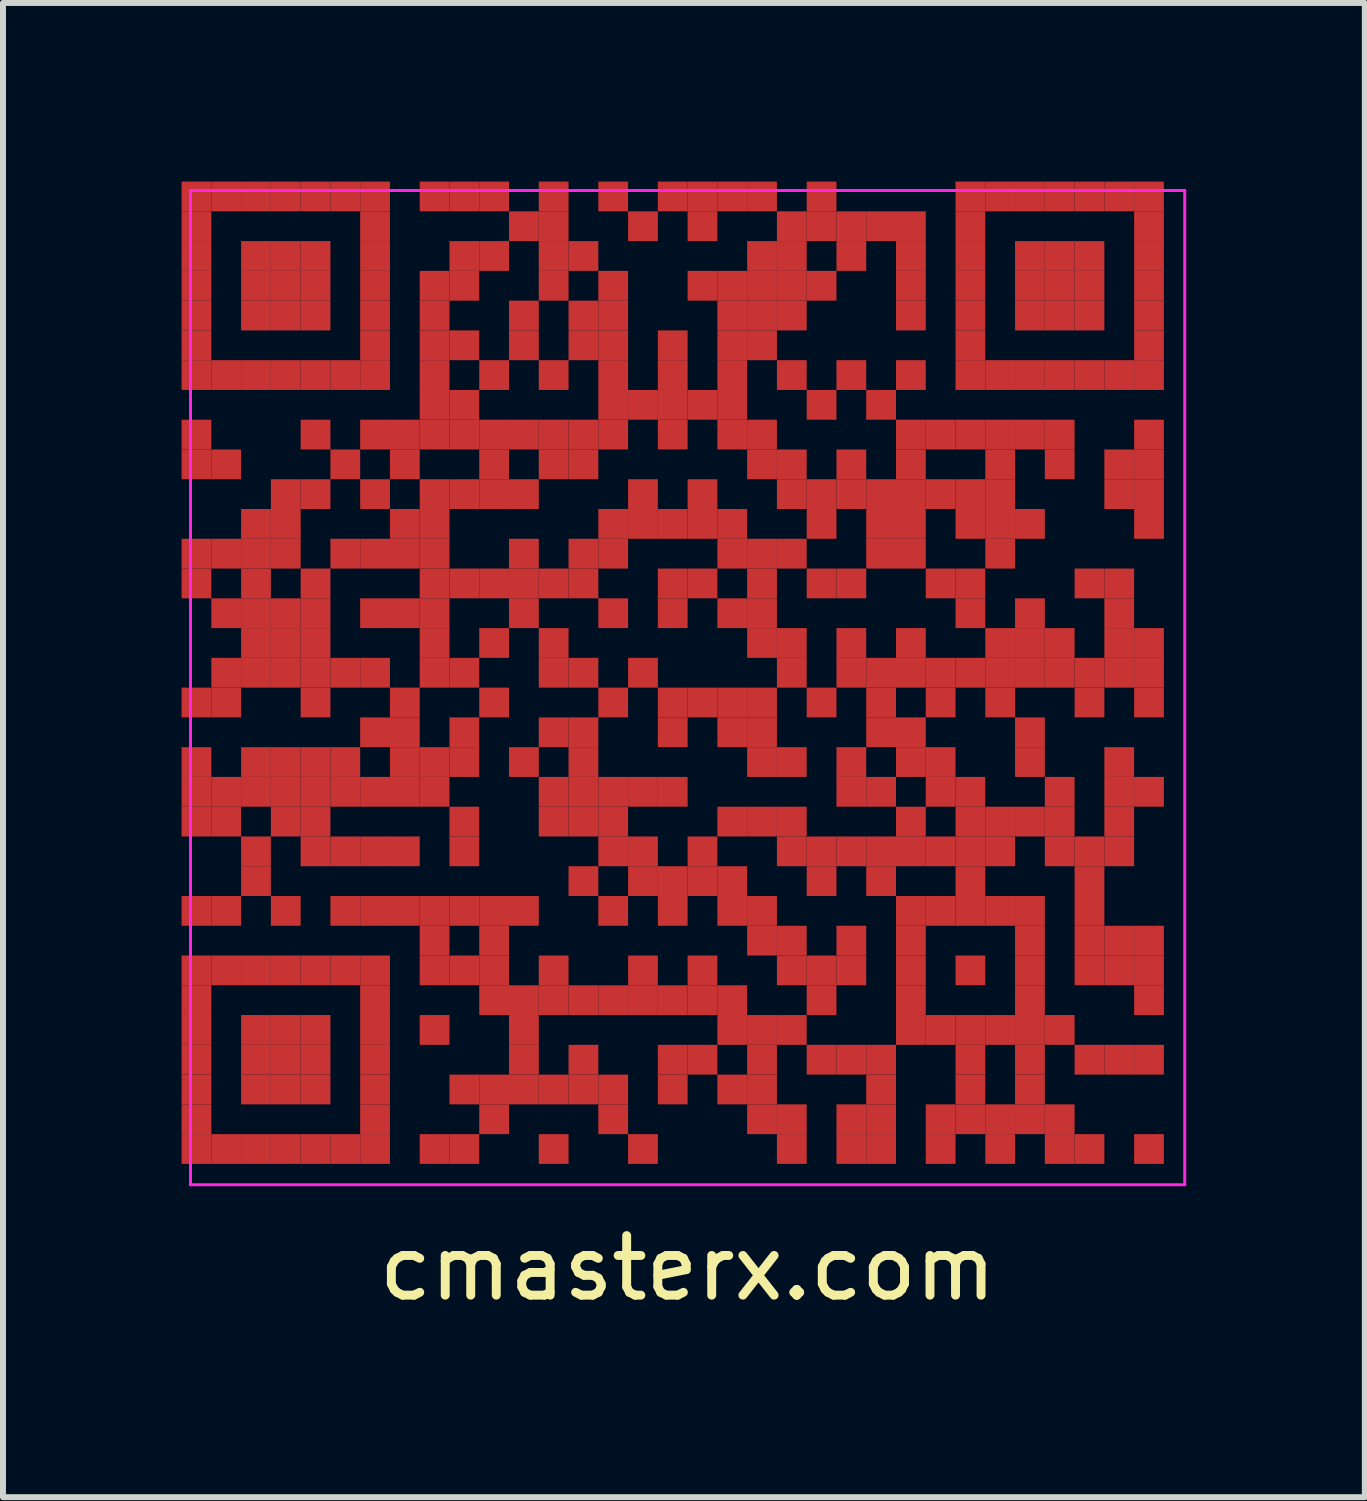
<source format=kicad_pcb>
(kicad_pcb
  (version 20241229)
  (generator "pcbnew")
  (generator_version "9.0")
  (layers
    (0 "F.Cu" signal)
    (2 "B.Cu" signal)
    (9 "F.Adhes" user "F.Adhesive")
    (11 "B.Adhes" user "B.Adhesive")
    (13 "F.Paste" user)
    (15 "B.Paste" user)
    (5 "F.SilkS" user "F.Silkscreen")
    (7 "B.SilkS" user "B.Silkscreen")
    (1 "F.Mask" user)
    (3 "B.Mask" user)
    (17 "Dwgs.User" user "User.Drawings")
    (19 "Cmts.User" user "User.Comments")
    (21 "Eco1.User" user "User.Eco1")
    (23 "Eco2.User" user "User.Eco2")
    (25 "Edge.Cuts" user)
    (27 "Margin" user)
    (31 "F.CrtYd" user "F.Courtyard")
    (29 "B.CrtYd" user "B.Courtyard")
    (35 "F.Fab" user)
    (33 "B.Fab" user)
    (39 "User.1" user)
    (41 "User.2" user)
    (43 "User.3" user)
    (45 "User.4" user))
  (footprint "cmasterx.com"
    (layer "F.Cu")
    (at 8.5 8.5)
    (property "Reference" "cmasterx.com" (at 0 9.75 0) (layer "F.SilkS") (effects (font (size 1 1) (thickness 0.15))))
    (attr through_hole)
    (fp_poly (pts (xy 8.3 8.3) (xy 8.3 -8.3) (xy -8.3 -8.3) (xy -8.3 8.3)) (stroke (width 0) (type solid)) (fill yes) (layer "F.Mask"))
    (fp_line (start -8.35 -8.35) (end 8.35 -8.35) (stroke (width 0.05) (type solid)) (layer "F.CrtYd"))
    (fp_line (start -8.35 8.35) (end -8.35 -8.35) (stroke (width 0.05) (type solid)) (layer "F.CrtYd"))
    (fp_line (start 8.35 -8.35) (end 8.35 8.35) (stroke (width 0.05) (type solid)) (layer "F.CrtYd"))
    (fp_line (start 8.35 8.35) (end -8.35 8.35) (stroke (width 0.05) (type solid)) (layer "F.CrtYd"))
    (pad "" smd rect (at -8.25 -8.25) (size 0.5 0.5) (layers "F.Cu"))
    (pad "" smd rect (at -8.25 -7.75) (size 0.5 0.5) (layers "F.Cu"))
    (pad "" smd rect (at -8.25 -7.25) (size 0.5 0.5) (layers "F.Cu"))
    (pad "" smd rect (at -8.25 -6.75) (size 0.5 0.5) (layers "F.Cu"))
    (pad "" smd rect (at -8.25 -6.25) (size 0.5 0.5) (layers "F.Cu"))
    (pad "" smd rect (at -8.25 -5.75) (size 0.5 0.5) (layers "F.Cu"))
    (pad "" smd rect (at -8.25 -5.25) (size 0.5 0.5) (layers "F.Cu"))
    (pad "" smd rect (at -8.25 -4.25) (size 0.5 0.5) (layers "F.Cu"))
    (pad "" smd rect (at -8.25 -3.75) (size 0.5 0.5) (layers "F.Cu"))
    (pad "" smd rect (at -8.25 -2.25) (size 0.5 0.5) (layers "F.Cu"))
    (pad "" smd rect (at -8.25 -1.75) (size 0.5 0.5) (layers "F.Cu"))
    (pad "" smd rect (at -8.25 0.25) (size 0.5 0.5) (layers "F.Cu"))
    (pad "" smd rect (at -8.25 1.25) (size 0.5 0.5) (layers "F.Cu"))
    (pad "" smd rect (at -8.25 1.75) (size 0.5 0.5) (layers "F.Cu"))
    (pad "" smd rect (at -8.25 2.25) (size 0.5 0.5) (layers "F.Cu"))
    (pad "" smd rect (at -8.25 3.75) (size 0.5 0.5) (layers "F.Cu"))
    (pad "" smd rect (at -8.25 4.75) (size 0.5 0.5) (layers "F.Cu"))
    (pad "" smd rect (at -8.25 5.25) (size 0.5 0.5) (layers "F.Cu"))
    (pad "" smd rect (at -8.25 5.75) (size 0.5 0.5) (layers "F.Cu"))
    (pad "" smd rect (at -8.25 6.25) (size 0.5 0.5) (layers "F.Cu"))
    (pad "" smd rect (at -8.25 6.75) (size 0.5 0.5) (layers "F.Cu"))
    (pad "" smd rect (at -8.25 7.25) (size 0.5 0.5) (layers "F.Cu"))
    (pad "" smd rect (at -8.25 7.75) (size 0.5 0.5) (layers "F.Cu"))
    (pad "" smd rect (at -7.75 -8.25) (size 0.5 0.5) (layers "F.Cu"))
    (pad "" smd rect (at -7.75 -5.25) (size 0.5 0.5) (layers "F.Cu"))
    (pad "" smd rect (at -7.75 -3.75) (size 0.5 0.5) (layers "F.Cu"))
    (pad "" smd rect (at -7.75 -2.25) (size 0.5 0.5) (layers "F.Cu"))
    (pad "" smd rect (at -7.75 -1.25) (size 0.5 0.5) (layers "F.Cu"))
    (pad "" smd rect (at -7.75 -0.25) (size 0.5 0.5) (layers "F.Cu"))
    (pad "" smd rect (at -7.75 0.25) (size 0.5 0.5) (layers "F.Cu"))
    (pad "" smd rect (at -7.75 1.75) (size 0.5 0.5) (layers "F.Cu"))
    (pad "" smd rect (at -7.75 2.25) (size 0.5 0.5) (layers "F.Cu"))
    (pad "" smd rect (at -7.75 3.75) (size 0.5 0.5) (layers "F.Cu"))
    (pad "" smd rect (at -7.75 4.75) (size 0.5 0.5) (layers "F.Cu"))
    (pad "" smd rect (at -7.75 7.75) (size 0.5 0.5) (layers "F.Cu"))
    (pad "" smd rect (at -7.25 -8.25) (size 0.5 0.5) (layers "F.Cu"))
    (pad "" smd rect (at -7.25 -7.25) (size 0.5 0.5) (layers "F.Cu"))
    (pad "" smd rect (at -7.25 -6.75) (size 0.5 0.5) (layers "F.Cu"))
    (pad "" smd rect (at -7.25 -6.25) (size 0.5 0.5) (layers "F.Cu"))
    (pad "" smd rect (at -7.25 -5.25) (size 0.5 0.5) (layers "F.Cu"))
    (pad "" smd rect (at -7.25 -2.75) (size 0.5 0.5) (layers "F.Cu"))
    (pad "" smd rect (at -7.25 -2.25) (size 0.5 0.5) (layers "F.Cu"))
    (pad "" smd rect (at -7.25 -1.75) (size 0.5 0.5) (layers "F.Cu"))
    (pad "" smd rect (at -7.25 -1.25) (size 0.5 0.5) (layers "F.Cu"))
    (pad "" smd rect (at -7.25 -0.75) (size 0.5 0.5) (layers "F.Cu"))
    (pad "" smd rect (at -7.25 -0.25) (size 0.5 0.5) (layers "F.Cu"))
    (pad "" smd rect (at -7.25 1.25) (size 0.5 0.5) (layers "F.Cu"))
    (pad "" smd rect (at -7.25 1.75) (size 0.5 0.5) (layers "F.Cu"))
    (pad "" smd rect (at -7.25 2.75) (size 0.5 0.5) (layers "F.Cu"))
    (pad "" smd rect (at -7.25 3.25) (size 0.5 0.5) (layers "F.Cu"))
    (pad "" smd rect (at -7.25 4.75) (size 0.5 0.5) (layers "F.Cu"))
    (pad "" smd rect (at -7.25 5.75) (size 0.5 0.5) (layers "F.Cu"))
    (pad "" smd rect (at -7.25 6.25) (size 0.5 0.5) (layers "F.Cu"))
    (pad "" smd rect (at -7.25 6.75) (size 0.5 0.5) (layers "F.Cu"))
    (pad "" smd rect (at -7.25 7.75) (size 0.5 0.5) (layers "F.Cu"))
    (pad "" smd rect (at -6.75 -8.25) (size 0.5 0.5) (layers "F.Cu"))
    (pad "" smd rect (at -6.75 -7.25) (size 0.5 0.5) (layers "F.Cu"))
    (pad "" smd rect (at -6.75 -6.75) (size 0.5 0.5) (layers "F.Cu"))
    (pad "" smd rect (at -6.75 -6.25) (size 0.5 0.5) (layers "F.Cu"))
    (pad "" smd rect (at -6.75 -5.25) (size 0.5 0.5) (layers "F.Cu"))
    (pad "" smd rect (at -6.75 -3.25) (size 0.5 0.5) (layers "F.Cu"))
    (pad "" smd rect (at -6.75 -2.75) (size 0.5 0.5) (layers "F.Cu"))
    (pad "" smd rect (at -6.75 -2.25) (size 0.5 0.5) (layers "F.Cu"))
    (pad "" smd rect (at -6.75 -1.25) (size 0.5 0.5) (layers "F.Cu"))
    (pad "" smd rect (at -6.75 -0.75) (size 0.5 0.5) (layers "F.Cu"))
    (pad "" smd rect (at -6.75 -0.25) (size 0.5 0.5) (layers "F.Cu"))
    (pad "" smd rect (at -6.75 1.25) (size 0.5 0.5) (layers "F.Cu"))
    (pad "" smd rect (at -6.75 1.75) (size 0.5 0.5) (layers "F.Cu"))
    (pad "" smd rect (at -6.75 2.25) (size 0.5 0.5) (layers "F.Cu"))
    (pad "" smd rect (at -6.75 3.75) (size 0.5 0.5) (layers "F.Cu"))
    (pad "" smd rect (at -6.75 4.75) (size 0.5 0.5) (layers "F.Cu"))
    (pad "" smd rect (at -6.75 5.75) (size 0.5 0.5) (layers "F.Cu"))
    (pad "" smd rect (at -6.75 6.25) (size 0.5 0.5) (layers "F.Cu"))
    (pad "" smd rect (at -6.75 6.75) (size 0.5 0.5) (layers "F.Cu"))
    (pad "" smd rect (at -6.75 7.75) (size 0.5 0.5) (layers "F.Cu"))
    (pad "" smd rect (at -6.25 -8.25) (size 0.5 0.5) (layers "F.Cu"))
    (pad "" smd rect (at -6.25 -7.25) (size 0.5 0.5) (layers "F.Cu"))
    (pad "" smd rect (at -6.25 -6.75) (size 0.5 0.5) (layers "F.Cu"))
    (pad "" smd rect (at -6.25 -6.25) (size 0.5 0.5) (layers "F.Cu"))
    (pad "" smd rect (at -6.25 -5.25) (size 0.5 0.5) (layers "F.Cu"))
    (pad "" smd rect (at -6.25 -4.25) (size 0.5 0.5) (layers "F.Cu"))
    (pad "" smd rect (at -6.25 -3.25) (size 0.5 0.5) (layers "F.Cu"))
    (pad "" smd rect (at -6.25 -1.75) (size 0.5 0.5) (layers "F.Cu"))
    (pad "" smd rect (at -6.25 -1.25) (size 0.5 0.5) (layers "F.Cu"))
    (pad "" smd rect (at -6.25 -0.75) (size 0.5 0.5) (layers "F.Cu"))
    (pad "" smd rect (at -6.25 -0.25) (size 0.5 0.5) (layers "F.Cu"))
    (pad "" smd rect (at -6.25 0.25) (size 0.5 0.5) (layers "F.Cu"))
    (pad "" smd rect (at -6.25 1.25) (size 0.5 0.5) (layers "F.Cu"))
    (pad "" smd rect (at -6.25 1.75) (size 0.5 0.5) (layers "F.Cu"))
    (pad "" smd rect (at -6.25 2.25) (size 0.5 0.5) (layers "F.Cu"))
    (pad "" smd rect (at -6.25 2.75) (size 0.5 0.5) (layers "F.Cu"))
    (pad "" smd rect (at -6.25 4.75) (size 0.5 0.5) (layers "F.Cu"))
    (pad "" smd rect (at -6.25 5.75) (size 0.5 0.5) (layers "F.Cu"))
    (pad "" smd rect (at -6.25 6.25) (size 0.5 0.5) (layers "F.Cu"))
    (pad "" smd rect (at -6.25 6.75) (size 0.5 0.5) (layers "F.Cu"))
    (pad "" smd rect (at -6.25 7.75) (size 0.5 0.5) (layers "F.Cu"))
    (pad "" smd rect (at -5.75 -8.25) (size 0.5 0.5) (layers "F.Cu"))
    (pad "" smd rect (at -5.75 -5.25) (size 0.5 0.5) (layers "F.Cu"))
    (pad "" smd rect (at -5.75 -3.75) (size 0.5 0.5) (layers "F.Cu"))
    (pad "" smd rect (at -5.75 -2.25) (size 0.5 0.5) (layers "F.Cu"))
    (pad "" smd rect (at -5.75 -0.25) (size 0.5 0.5) (layers "F.Cu"))
    (pad "" smd rect (at -5.75 1.25) (size 0.5 0.5) (layers "F.Cu"))
    (pad "" smd rect (at -5.75 1.75) (size 0.5 0.5) (layers "F.Cu"))
    (pad "" smd rect (at -5.75 2.75) (size 0.5 0.5) (layers "F.Cu"))
    (pad "" smd rect (at -5.75 3.75) (size 0.5 0.5) (layers "F.Cu"))
    (pad "" smd rect (at -5.75 4.75) (size 0.5 0.5) (layers "F.Cu"))
    (pad "" smd rect (at -5.75 7.75) (size 0.5 0.5) (layers "F.Cu"))
    (pad "" smd rect (at -5.25 -8.25) (size 0.5 0.5) (layers "F.Cu"))
    (pad "" smd rect (at -5.25 -7.75) (size 0.5 0.5) (layers "F.Cu"))
    (pad "" smd rect (at -5.25 -7.25) (size 0.5 0.5) (layers "F.Cu"))
    (pad "" smd rect (at -5.25 -6.75) (size 0.5 0.5) (layers "F.Cu"))
    (pad "" smd rect (at -5.25 -6.25) (size 0.5 0.5) (layers "F.Cu"))
    (pad "" smd rect (at -5.25 -5.75) (size 0.5 0.5) (layers "F.Cu"))
    (pad "" smd rect (at -5.25 -5.25) (size 0.5 0.5) (layers "F.Cu"))
    (pad "" smd rect (at -5.25 -4.25) (size 0.5 0.5) (layers "F.Cu"))
    (pad "" smd rect (at -5.25 -3.25) (size 0.5 0.5) (layers "F.Cu"))
    (pad "" smd rect (at -5.25 -2.25) (size 0.5 0.5) (layers "F.Cu"))
    (pad "" smd rect (at -5.25 -1.25) (size 0.5 0.5) (layers "F.Cu"))
    (pad "" smd rect (at -5.25 -0.25) (size 0.5 0.5) (layers "F.Cu"))
    (pad "" smd rect (at -5.25 0.75) (size 0.5 0.5) (layers "F.Cu"))
    (pad "" smd rect (at -5.25 1.75) (size 0.5 0.5) (layers "F.Cu"))
    (pad "" smd rect (at -5.25 2.75) (size 0.5 0.5) (layers "F.Cu"))
    (pad "" smd rect (at -5.25 3.75) (size 0.5 0.5) (layers "F.Cu"))
    (pad "" smd rect (at -5.25 4.75) (size 0.5 0.5) (layers "F.Cu"))
    (pad "" smd rect (at -5.25 5.25) (size 0.5 0.5) (layers "F.Cu"))
    (pad "" smd rect (at -5.25 5.75) (size 0.5 0.5) (layers "F.Cu"))
    (pad "" smd rect (at -5.25 6.25) (size 0.5 0.5) (layers "F.Cu"))
    (pad "" smd rect (at -5.25 6.75) (size 0.5 0.5) (layers "F.Cu"))
    (pad "" smd rect (at -5.25 7.25) (size 0.5 0.5) (layers "F.Cu"))
    (pad "" smd rect (at -5.25 7.75) (size 0.5 0.5) (layers "F.Cu"))
    (pad "" smd rect (at -4.75 -4.25) (size 0.5 0.5) (layers "F.Cu"))
    (pad "" smd rect (at -4.75 -3.75) (size 0.5 0.5) (layers "F.Cu"))
    (pad "" smd rect (at -4.75 -2.75) (size 0.5 0.5) (layers "F.Cu"))
    (pad "" smd rect (at -4.75 -2.25) (size 0.5 0.5) (layers "F.Cu"))
    (pad "" smd rect (at -4.75 -1.25) (size 0.5 0.5) (layers "F.Cu"))
    (pad "" smd rect (at -4.75 0.25) (size 0.5 0.5) (layers "F.Cu"))
    (pad "" smd rect (at -4.75 0.75) (size 0.5 0.5) (layers "F.Cu"))
    (pad "" smd rect (at -4.75 1.25) (size 0.5 0.5) (layers "F.Cu"))
    (pad "" smd rect (at -4.75 1.75) (size 0.5 0.5) (layers "F.Cu"))
    (pad "" smd rect (at -4.75 2.75) (size 0.5 0.5) (layers "F.Cu"))
    (pad "" smd rect (at -4.75 3.75) (size 0.5 0.5) (layers "F.Cu"))
    (pad "" smd rect (at -4.25 -8.25) (size 0.5 0.5) (layers "F.Cu"))
    (pad "" smd rect (at -4.25 -6.75) (size 0.5 0.5) (layers "F.Cu"))
    (pad "" smd rect (at -4.25 -6.25) (size 0.5 0.5) (layers "F.Cu"))
    (pad "" smd rect (at -4.25 -5.75) (size 0.5 0.5) (layers "F.Cu"))
    (pad "" smd rect (at -4.25 -5.25) (size 0.5 0.5) (layers "F.Cu"))
    (pad "" smd rect (at -4.25 -4.75) (size 0.5 0.5) (layers "F.Cu"))
    (pad "" smd rect (at -4.25 -4.25) (size 0.5 0.5) (layers "F.Cu"))
    (pad "" smd rect (at -4.25 -3.25) (size 0.5 0.5) (layers "F.Cu"))
    (pad "" smd rect (at -4.25 -2.75) (size 0.5 0.5) (layers "F.Cu"))
    (pad "" smd rect (at -4.25 -2.25) (size 0.5 0.5) (layers "F.Cu"))
    (pad "" smd rect (at -4.25 -1.75) (size 0.5 0.5) (layers "F.Cu"))
    (pad "" smd rect (at -4.25 -1.25) (size 0.5 0.5) (layers "F.Cu"))
    (pad "" smd rect (at -4.25 -0.75) (size 0.5 0.5) (layers "F.Cu"))
    (pad "" smd rect (at -4.25 -0.25) (size 0.5 0.5) (layers "F.Cu"))
    (pad "" smd rect (at -4.25 1.25) (size 0.5 0.5) (layers "F.Cu"))
    (pad "" smd rect (at -4.25 1.75) (size 0.5 0.5) (layers "F.Cu"))
    (pad "" smd rect (at -4.25 3.75) (size 0.5 0.5) (layers "F.Cu"))
    (pad "" smd rect (at -4.25 4.25) (size 0.5 0.5) (layers "F.Cu"))
    (pad "" smd rect (at -4.25 4.75) (size 0.5 0.5) (layers "F.Cu"))
    (pad "" smd rect (at -4.25 5.75) (size 0.5 0.5) (layers "F.Cu"))
    (pad "" smd rect (at -4.25 7.75) (size 0.5 0.5) (layers "F.Cu"))
    (pad "" smd rect (at -3.75 -8.25) (size 0.5 0.5) (layers "F.Cu"))
    (pad "" smd rect (at -3.75 -7.25) (size 0.5 0.5) (layers "F.Cu"))
    (pad "" smd rect (at -3.75 -6.75) (size 0.5 0.5) (layers "F.Cu"))
    (pad "" smd rect (at -3.75 -5.75) (size 0.5 0.5) (layers "F.Cu"))
    (pad "" smd rect (at -3.75 -4.75) (size 0.5 0.5) (layers "F.Cu"))
    (pad "" smd rect (at -3.75 -4.25) (size 0.5 0.5) (layers "F.Cu"))
    (pad "" smd rect (at -3.75 -3.25) (size 0.5 0.5) (layers "F.Cu"))
    (pad "" smd rect (at -3.75 -1.75) (size 0.5 0.5) (layers "F.Cu"))
    (pad "" smd rect (at -3.75 -0.25) (size 0.5 0.5) (layers "F.Cu"))
    (pad "" smd rect (at -3.75 0.75) (size 0.5 0.5) (layers "F.Cu"))
    (pad "" smd rect (at -3.75 1.25) (size 0.5 0.5) (layers "F.Cu"))
    (pad "" smd rect (at -3.75 2.25) (size 0.5 0.5) (layers "F.Cu"))
    (pad "" smd rect (at -3.75 2.75) (size 0.5 0.5) (layers "F.Cu"))
    (pad "" smd rect (at -3.75 3.75) (size 0.5 0.5) (layers "F.Cu"))
    (pad "" smd rect (at -3.75 4.75) (size 0.5 0.5) (layers "F.Cu"))
    (pad "" smd rect (at -3.75 6.75) (size 0.5 0.5) (layers "F.Cu"))
    (pad "" smd rect (at -3.75 7.75) (size 0.5 0.5) (layers "F.Cu"))
    (pad "" smd rect (at -3.25 -8.25) (size 0.5 0.5) (layers "F.Cu"))
    (pad "" smd rect (at -3.25 -7.25) (size 0.5 0.5) (layers "F.Cu"))
    (pad "" smd rect (at -3.25 -5.25) (size 0.5 0.5) (layers "F.Cu"))
    (pad "" smd rect (at -3.25 -4.25) (size 0.5 0.5) (layers "F.Cu"))
    (pad "" smd rect (at -3.25 -3.75) (size 0.5 0.5) (layers "F.Cu"))
    (pad "" smd rect (at -3.25 -3.25) (size 0.5 0.5) (layers "F.Cu"))
    (pad "" smd rect (at -3.25 -1.75) (size 0.5 0.5) (layers "F.Cu"))
    (pad "" smd rect (at -3.25 -0.75) (size 0.5 0.5) (layers "F.Cu"))
    (pad "" smd rect (at -3.25 0.25) (size 0.5 0.5) (layers "F.Cu"))
    (pad "" smd rect (at -3.25 3.75) (size 0.5 0.5) (layers "F.Cu"))
    (pad "" smd rect (at -3.25 4.25) (size 0.5 0.5) (layers "F.Cu"))
    (pad "" smd rect (at -3.25 4.75) (size 0.5 0.5) (layers "F.Cu"))
    (pad "" smd rect (at -3.25 5.25) (size 0.5 0.5) (layers "F.Cu"))
    (pad "" smd rect (at -3.25 6.75) (size 0.5 0.5) (layers "F.Cu"))
    (pad "" smd rect (at -3.25 7.25) (size 0.5 0.5) (layers "F.Cu"))
    (pad "" smd rect (at -2.75 -7.75) (size 0.5 0.5) (layers "F.Cu"))
    (pad "" smd rect (at -2.75 -6.25) (size 0.5 0.5) (layers "F.Cu"))
    (pad "" smd rect (at -2.75 -5.75) (size 0.5 0.5) (layers "F.Cu"))
    (pad "" smd rect (at -2.75 -4.25) (size 0.5 0.5) (layers "F.Cu"))
    (pad "" smd rect (at -2.75 -3.25) (size 0.5 0.5) (layers "F.Cu"))
    (pad "" smd rect (at -2.75 -2.25) (size 0.5 0.5) (layers "F.Cu"))
    (pad "" smd rect (at -2.75 -1.75) (size 0.5 0.5) (layers "F.Cu"))
    (pad "" smd rect (at -2.75 -1.25) (size 0.5 0.5) (layers "F.Cu"))
    (pad "" smd rect (at -2.75 1.25) (size 0.5 0.5) (layers "F.Cu"))
    (pad "" smd rect (at -2.75 3.75) (size 0.5 0.5) (layers "F.Cu"))
    (pad "" smd rect (at -2.75 5.25) (size 0.5 0.5) (layers "F.Cu"))
    (pad "" smd rect (at -2.75 5.75) (size 0.5 0.5) (layers "F.Cu"))
    (pad "" smd rect (at -2.75 6.25) (size 0.5 0.5) (layers "F.Cu"))
    (pad "" smd rect (at -2.75 6.75) (size 0.5 0.5) (layers "F.Cu"))
    (pad "" smd rect (at -2.25 -8.25) (size 0.5 0.5) (layers "F.Cu"))
    (pad "" smd rect (at -2.25 -7.75) (size 0.5 0.5) (layers "F.Cu"))
    (pad "" smd rect (at -2.25 -7.25) (size 0.5 0.5) (layers "F.Cu"))
    (pad "" smd rect (at -2.25 -6.75) (size 0.5 0.5) (layers "F.Cu"))
    (pad "" smd rect (at -2.25 -5.25) (size 0.5 0.5) (layers "F.Cu"))
    (pad "" smd rect (at -2.25 -4.25) (size 0.5 0.5) (layers "F.Cu"))
    (pad "" smd rect (at -2.25 -3.75) (size 0.5 0.5) (layers "F.Cu"))
    (pad "" smd rect (at -2.25 -1.75) (size 0.5 0.5) (layers "F.Cu"))
    (pad "" smd rect (at -2.25 -0.75) (size 0.5 0.5) (layers "F.Cu"))
    (pad "" smd rect (at -2.25 -0.25) (size 0.5 0.5) (layers "F.Cu"))
    (pad "" smd rect (at -2.25 0.75) (size 0.5 0.5) (layers "F.Cu"))
    (pad "" smd rect (at -2.25 1.75) (size 0.5 0.5) (layers "F.Cu"))
    (pad "" smd rect (at -2.25 2.25) (size 0.5 0.5) (layers "F.Cu"))
    (pad "" smd rect (at -2.25 4.75) (size 0.5 0.5) (layers "F.Cu"))
    (pad "" smd rect (at -2.25 5.25) (size 0.5 0.5) (layers "F.Cu"))
    (pad "" smd rect (at -2.25 6.75) (size 0.5 0.5) (layers "F.Cu"))
    (pad "" smd rect (at -2.25 7.75) (size 0.5 0.5) (layers "F.Cu"))
    (pad "" smd rect (at -1.75 -7.25) (size 0.5 0.5) (layers "F.Cu"))
    (pad "" smd rect (at -1.75 -6.25) (size 0.5 0.5) (layers "F.Cu"))
    (pad "" smd rect (at -1.75 -5.75) (size 0.5 0.5) (layers "F.Cu"))
    (pad "" smd rect (at -1.75 -4.25) (size 0.5 0.5) (layers "F.Cu"))
    (pad "" smd rect (at -1.75 -3.75) (size 0.5 0.5) (layers "F.Cu"))
    (pad "" smd rect (at -1.75 -2.25) (size 0.5 0.5) (layers "F.Cu"))
    (pad "" smd rect (at -1.75 -1.75) (size 0.5 0.5) (layers "F.Cu"))
    (pad "" smd rect (at -1.75 -0.25) (size 0.5 0.5) (layers "F.Cu"))
    (pad "" smd rect (at -1.75 0.75) (size 0.5 0.5) (layers "F.Cu"))
    (pad "" smd rect (at -1.75 1.25) (size 0.5 0.5) (layers "F.Cu"))
    (pad "" smd rect (at -1.75 1.75) (size 0.5 0.5) (layers "F.Cu"))
    (pad "" smd rect (at -1.75 2.25) (size 0.5 0.5) (layers "F.Cu"))
    (pad "" smd rect (at -1.75 3.25) (size 0.5 0.5) (layers "F.Cu"))
    (pad "" smd rect (at -1.75 5.25) (size 0.5 0.5) (layers "F.Cu"))
    (pad "" smd rect (at -1.75 6.25) (size 0.5 0.5) (layers "F.Cu"))
    (pad "" smd rect (at -1.75 6.75) (size 0.5 0.5) (layers "F.Cu"))
    (pad "" smd rect (at -1.25 -8.25) (size 0.5 0.5) (layers "F.Cu"))
    (pad "" smd rect (at -1.25 -6.75) (size 0.5 0.5) (layers "F.Cu"))
    (pad "" smd rect (at -1.25 -6.25) (size 0.5 0.5) (layers "F.Cu"))
    (pad "" smd rect (at -1.25 -5.75) (size 0.5 0.5) (layers "F.Cu"))
    (pad "" smd rect (at -1.25 -5.25) (size 0.5 0.5) (layers "F.Cu"))
    (pad "" smd rect (at -1.25 -4.75) (size 0.5 0.5) (layers "F.Cu"))
    (pad "" smd rect (at -1.25 -4.25) (size 0.5 0.5) (layers "F.Cu"))
    (pad "" smd rect (at -1.25 -2.75) (size 0.5 0.5) (layers "F.Cu"))
    (pad "" smd rect (at -1.25 -2.25) (size 0.5 0.5) (layers "F.Cu"))
    (pad "" smd rect (at -1.25 -1.25) (size 0.5 0.5) (layers "F.Cu"))
    (pad "" smd rect (at -1.25 0.25) (size 0.5 0.5) (layers "F.Cu"))
    (pad "" smd rect (at -1.25 1.75) (size 0.5 0.5) (layers "F.Cu"))
    (pad "" smd rect (at -1.25 2.25) (size 0.5 0.5) (layers "F.Cu"))
    (pad "" smd rect (at -1.25 2.75) (size 0.5 0.5) (layers "F.Cu"))
    (pad "" smd rect (at -1.25 3.75) (size 0.5 0.5) (layers "F.Cu"))
    (pad "" smd rect (at -1.25 5.25) (size 0.5 0.5) (layers "F.Cu"))
    (pad "" smd rect (at -1.25 6.75) (size 0.5 0.5) (layers "F.Cu"))
    (pad "" smd rect (at -1.25 7.25) (size 0.5 0.5) (layers "F.Cu"))
    (pad "" smd rect (at -0.75 -7.75) (size 0.5 0.5) (layers "F.Cu"))
    (pad "" smd rect (at -0.75 -4.75) (size 0.5 0.5) (layers "F.Cu"))
    (pad "" smd rect (at -0.75 -3.25) (size 0.5 0.5) (layers "F.Cu"))
    (pad "" smd rect (at -0.75 -2.75) (size 0.5 0.5) (layers "F.Cu"))
    (pad "" smd rect (at -0.75 -0.25) (size 0.5 0.5) (layers "F.Cu"))
    (pad "" smd rect (at -0.75 1.75) (size 0.5 0.5) (layers "F.Cu"))
    (pad "" smd rect (at -0.75 2.75) (size 0.5 0.5) (layers "F.Cu"))
    (pad "" smd rect (at -0.75 3.25) (size 0.5 0.5) (layers "F.Cu"))
    (pad "" smd rect (at -0.75 4.75) (size 0.5 0.5) (layers "F.Cu"))
    (pad "" smd rect (at -0.75 5.25) (size 0.5 0.5) (layers "F.Cu"))
    (pad "" smd rect (at -0.75 7.75) (size 0.5 0.5) (layers "F.Cu"))
    (pad "" smd rect (at -0.25 -8.25) (size 0.5 0.5) (layers "F.Cu"))
    (pad "" smd rect (at -0.25 -5.75) (size 0.5 0.5) (layers "F.Cu"))
    (pad "" smd rect (at -0.25 -5.25) (size 0.5 0.5) (layers "F.Cu"))
    (pad "" smd rect (at -0.25 -4.75) (size 0.5 0.5) (layers "F.Cu"))
    (pad "" smd rect (at -0.25 -4.25) (size 0.5 0.5) (layers "F.Cu"))
    (pad "" smd rect (at -0.25 -2.75) (size 0.5 0.5) (layers "F.Cu"))
    (pad "" smd rect (at -0.25 -1.75) (size 0.5 0.5) (layers "F.Cu"))
    (pad "" smd rect (at -0.25 -1.25) (size 0.5 0.5) (layers "F.Cu"))
    (pad "" smd rect (at -0.25 0.25) (size 0.5 0.5) (layers "F.Cu"))
    (pad "" smd rect (at -0.25 0.75) (size 0.5 0.5) (layers "F.Cu"))
    (pad "" smd rect (at -0.25 1.75) (size 0.5 0.5) (layers "F.Cu"))
    (pad "" smd rect (at -0.25 3.25) (size 0.5 0.5) (layers "F.Cu"))
    (pad "" smd rect (at -0.25 3.75) (size 0.5 0.5) (layers "F.Cu"))
    (pad "" smd rect (at -0.25 5.25) (size 0.5 0.5) (layers "F.Cu"))
    (pad "" smd rect (at -0.25 6.25) (size 0.5 0.5) (layers "F.Cu"))
    (pad "" smd rect (at -0.25 6.75) (size 0.5 0.5) (layers "F.Cu"))
    (pad "" smd rect (at 0.25 -8.25) (size 0.5 0.5) (layers "F.Cu"))
    (pad "" smd rect (at 0.25 -7.75) (size 0.5 0.5) (layers "F.Cu"))
    (pad "" smd rect (at 0.25 -6.75) (size 0.5 0.5) (layers "F.Cu"))
    (pad "" smd rect (at 0.25 -4.75) (size 0.5 0.5) (layers "F.Cu"))
    (pad "" smd rect (at 0.25 -3.25) (size 0.5 0.5) (layers "F.Cu"))
    (pad "" smd rect (at 0.25 -2.75) (size 0.5 0.5) (layers "F.Cu"))
    (pad "" smd rect (at 0.25 -1.75) (size 0.5 0.5) (layers "F.Cu"))
    (pad "" smd rect (at 0.25 0.25) (size 0.5 0.5) (layers "F.Cu"))
    (pad "" smd rect (at 0.25 2.75) (size 0.5 0.5) (layers "F.Cu"))
    (pad "" smd rect (at 0.25 3.25) (size 0.5 0.5) (layers "F.Cu"))
    (pad "" smd rect (at 0.25 4.75) (size 0.5 0.5) (layers "F.Cu"))
    (pad "" smd rect (at 0.25 5.25) (size 0.5 0.5) (layers "F.Cu"))
    (pad "" smd rect (at 0.25 6.25) (size 0.5 0.5) (layers "F.Cu"))
    (pad "" smd rect (at 0.75 -8.25) (size 0.5 0.5) (layers "F.Cu"))
    (pad "" smd rect (at 0.75 -6.75) (size 0.5 0.5) (layers "F.Cu"))
    (pad "" smd rect (at 0.75 -6.25) (size 0.5 0.5) (layers "F.Cu"))
    (pad "" smd rect (at 0.75 -5.75) (size 0.5 0.5) (layers "F.Cu"))
    (pad "" smd rect (at 0.75 -5.25) (size 0.5 0.5) (layers "F.Cu"))
    (pad "" smd rect (at 0.75 -4.75) (size 0.5 0.5) (layers "F.Cu"))
    (pad "" smd rect (at 0.75 -4.25) (size 0.5 0.5) (layers "F.Cu"))
    (pad "" smd rect (at 0.75 -2.75) (size 0.5 0.5) (layers "F.Cu"))
    (pad "" smd rect (at 0.75 -2.25) (size 0.5 0.5) (layers "F.Cu"))
    (pad "" smd rect (at 0.75 -1.25) (size 0.5 0.5) (layers "F.Cu"))
    (pad "" smd rect (at 0.75 0.25) (size 0.5 0.5) (layers "F.Cu"))
    (pad "" smd rect (at 0.75 0.75) (size 0.5 0.5) (layers "F.Cu"))
    (pad "" smd rect (at 0.75 2.25) (size 0.5 0.5) (layers "F.Cu"))
    (pad "" smd rect (at 0.75 3.25) (size 0.5 0.5) (layers "F.Cu"))
    (pad "" smd rect (at 0.75 3.75) (size 0.5 0.5) (layers "F.Cu"))
    (pad "" smd rect (at 0.75 5.25) (size 0.5 0.5) (layers "F.Cu"))
    (pad "" smd rect (at 0.75 5.75) (size 0.5 0.5) (layers "F.Cu"))
    (pad "" smd rect (at 0.75 6.75) (size 0.5 0.5) (layers "F.Cu"))
    (pad "" smd rect (at 1.25 -8.25) (size 0.5 0.5) (layers "F.Cu"))
    (pad "" smd rect (at 1.25 -7.25) (size 0.5 0.5) (layers "F.Cu"))
    (pad "" smd rect (at 1.25 -6.75) (size 0.5 0.5) (layers "F.Cu"))
    (pad "" smd rect (at 1.25 -6.25) (size 0.5 0.5) (layers "F.Cu"))
    (pad "" smd rect (at 1.25 -5.75) (size 0.5 0.5) (layers "F.Cu"))
    (pad "" smd rect (at 1.25 -4.25) (size 0.5 0.5) (layers "F.Cu"))
    (pad "" smd rect (at 1.25 -3.75) (size 0.5 0.5) (layers "F.Cu"))
    (pad "" smd rect (at 1.25 -2.25) (size 0.5 0.5) (layers "F.Cu"))
    (pad "" smd rect (at 1.25 -1.75) (size 0.5 0.5) (layers "F.Cu"))
    (pad "" smd rect (at 1.25 -1.25) (size 0.5 0.5) (layers "F.Cu"))
    (pad "" smd rect (at 1.25 -0.75) (size 0.5 0.5) (layers "F.Cu"))
    (pad "" smd rect (at 1.25 0.25) (size 0.5 0.5) (layers "F.Cu"))
    (pad "" smd rect (at 1.25 0.75) (size 0.5 0.5) (layers "F.Cu"))
    (pad "" smd rect (at 1.25 1.25) (size 0.5 0.5) (layers "F.Cu"))
    (pad "" smd rect (at 1.25 2.25) (size 0.5 0.5) (layers "F.Cu"))
    (pad "" smd rect (at 1.25 3.75) (size 0.5 0.5) (layers "F.Cu"))
    (pad "" smd rect (at 1.25 4.25) (size 0.5 0.5) (layers "F.Cu"))
    (pad "" smd rect (at 1.25 5.75) (size 0.5 0.5) (layers "F.Cu"))
    (pad "" smd rect (at 1.25 6.25) (size 0.5 0.5) (layers "F.Cu"))
    (pad "" smd rect (at 1.25 6.75) (size 0.5 0.5) (layers "F.Cu"))
    (pad "" smd rect (at 1.25 7.25) (size 0.5 0.5) (layers "F.Cu"))
    (pad "" smd rect (at 1.75 -7.75) (size 0.5 0.5) (layers "F.Cu"))
    (pad "" smd rect (at 1.75 -7.25) (size 0.5 0.5) (layers "F.Cu"))
    (pad "" smd rect (at 1.75 -6.75) (size 0.5 0.5) (layers "F.Cu"))
    (pad "" smd rect (at 1.75 -6.25) (size 0.5 0.5) (layers "F.Cu"))
    (pad "" smd rect (at 1.75 -5.25) (size 0.5 0.5) (layers "F.Cu"))
    (pad "" smd rect (at 1.75 -3.75) (size 0.5 0.5) (layers "F.Cu"))
    (pad "" smd rect (at 1.75 -3.25) (size 0.5 0.5) (layers "F.Cu"))
    (pad "" smd rect (at 1.75 -2.25) (size 0.5 0.5) (layers "F.Cu"))
    (pad "" smd rect (at 1.75 -0.75) (size 0.5 0.5) (layers "F.Cu"))
    (pad "" smd rect (at 1.75 -0.25) (size 0.5 0.5) (layers "F.Cu"))
    (pad "" smd rect (at 1.75 1.25) (size 0.5 0.5) (layers "F.Cu"))
    (pad "" smd rect (at 1.75 2.25) (size 0.5 0.5) (layers "F.Cu"))
    (pad "" smd rect (at 1.75 2.75) (size 0.5 0.5) (layers "F.Cu"))
    (pad "" smd rect (at 1.75 4.25) (size 0.5 0.5) (layers "F.Cu"))
    (pad "" smd rect (at 1.75 4.75) (size 0.5 0.5) (layers "F.Cu"))
    (pad "" smd rect (at 1.75 5.75) (size 0.5 0.5) (layers "F.Cu"))
    (pad "" smd rect (at 1.75 7.25) (size 0.5 0.5) (layers "F.Cu"))
    (pad "" smd rect (at 1.75 7.75) (size 0.5 0.5) (layers "F.Cu"))
    (pad "" smd rect (at 2.25 -8.25) (size 0.5 0.5) (layers "F.Cu"))
    (pad "" smd rect (at 2.25 -7.75) (size 0.5 0.5) (layers "F.Cu"))
    (pad "" smd rect (at 2.25 -6.75) (size 0.5 0.5) (layers "F.Cu"))
    (pad "" smd rect (at 2.25 -4.75) (size 0.5 0.5) (layers "F.Cu"))
    (pad "" smd rect (at 2.25 -3.25) (size 0.5 0.5) (layers "F.Cu"))
    (pad "" smd rect (at 2.25 -2.75) (size 0.5 0.5) (layers "F.Cu"))
    (pad "" smd rect (at 2.25 -1.75) (size 0.5 0.5) (layers "F.Cu"))
    (pad "" smd rect (at 2.25 0.25) (size 0.5 0.5) (layers "F.Cu"))
    (pad "" smd rect (at 2.25 2.75) (size 0.5 0.5) (layers "F.Cu"))
    (pad "" smd rect (at 2.25 3.25) (size 0.5 0.5) (layers "F.Cu"))
    (pad "" smd rect (at 2.25 4.75) (size 0.5 0.5) (layers "F.Cu"))
    (pad "" smd rect (at 2.25 5.25) (size 0.5 0.5) (layers "F.Cu"))
    (pad "" smd rect (at 2.25 6.25) (size 0.5 0.5) (layers "F.Cu"))
    (pad "" smd rect (at 2.75 -7.75) (size 0.5 0.5) (layers "F.Cu"))
    (pad "" smd rect (at 2.75 -7.25) (size 0.5 0.5) (layers "F.Cu"))
    (pad "" smd rect (at 2.75 -5.25) (size 0.5 0.5) (layers "F.Cu"))
    (pad "" smd rect (at 2.75 -3.75) (size 0.5 0.5) (layers "F.Cu"))
    (pad "" smd rect (at 2.75 -3.25) (size 0.5 0.5) (layers "F.Cu"))
    (pad "" smd rect (at 2.75 -1.75) (size 0.5 0.5) (layers "F.Cu"))
    (pad "" smd rect (at 2.75 -0.75) (size 0.5 0.5) (layers "F.Cu"))
    (pad "" smd rect (at 2.75 -0.25) (size 0.5 0.5) (layers "F.Cu"))
    (pad "" smd rect (at 2.75 1.25) (size 0.5 0.5) (layers "F.Cu"))
    (pad "" smd rect (at 2.75 1.75) (size 0.5 0.5) (layers "F.Cu"))
    (pad "" smd rect (at 2.75 2.75) (size 0.5 0.5) (layers "F.Cu"))
    (pad "" smd rect (at 2.75 4.25) (size 0.5 0.5) (layers "F.Cu"))
    (pad "" smd rect (at 2.75 4.75) (size 0.5 0.5) (layers "F.Cu"))
    (pad "" smd rect (at 2.75 6.25) (size 0.5 0.5) (layers "F.Cu"))
    (pad "" smd rect (at 2.75 7.25) (size 0.5 0.5) (layers "F.Cu"))
    (pad "" smd rect (at 2.75 7.75) (size 0.5 0.5) (layers "F.Cu"))
    (pad "" smd rect (at 3.25 -7.75) (size 0.5 0.5) (layers "F.Cu"))
    (pad "" smd rect (at 3.25 -4.75) (size 0.5 0.5) (layers "F.Cu"))
    (pad "" smd rect (at 3.25 -3.25) (size 0.5 0.5) (layers "F.Cu"))
    (pad "" smd rect (at 3.25 -2.75) (size 0.5 0.5) (layers "F.Cu"))
    (pad "" smd rect (at 3.25 -2.25) (size 0.5 0.5) (layers "F.Cu"))
    (pad "" smd rect (at 3.25 -0.25) (size 0.5 0.5) (layers "F.Cu"))
    (pad "" smd rect (at 3.25 0.25) (size 0.5 0.5) (layers "F.Cu"))
    (pad "" smd rect (at 3.25 0.75) (size 0.5 0.5) (layers "F.Cu"))
    (pad "" smd rect (at 3.25 1.75) (size 0.5 0.5) (layers "F.Cu"))
    (pad "" smd rect (at 3.25 2.75) (size 0.5 0.5) (layers "F.Cu"))
    (pad "" smd rect (at 3.25 3.25) (size 0.5 0.5) (layers "F.Cu"))
    (pad "" smd rect (at 3.25 6.25) (size 0.5 0.5) (layers "F.Cu"))
    (pad "" smd rect (at 3.25 6.75) (size 0.5 0.5) (layers "F.Cu"))
    (pad "" smd rect (at 3.25 7.25) (size 0.5 0.5) (layers "F.Cu"))
    (pad "" smd rect (at 3.25 7.75) (size 0.5 0.5) (layers "F.Cu"))
    (pad "" smd rect (at 3.75 -7.75) (size 0.5 0.5) (layers "F.Cu"))
    (pad "" smd rect (at 3.75 -7.25) (size 0.5 0.5) (layers "F.Cu"))
    (pad "" smd rect (at 3.75 -6.75) (size 0.5 0.5) (layers "F.Cu"))
    (pad "" smd rect (at 3.75 -6.25) (size 0.5 0.5) (layers "F.Cu"))
    (pad "" smd rect (at 3.75 -5.25) (size 0.5 0.5) (layers "F.Cu"))
    (pad "" smd rect (at 3.75 -4.25) (size 0.5 0.5) (layers "F.Cu"))
    (pad "" smd rect (at 3.75 -3.75) (size 0.5 0.5) (layers "F.Cu"))
    (pad "" smd rect (at 3.75 -3.25) (size 0.5 0.5) (layers "F.Cu"))
    (pad "" smd rect (at 3.75 -2.75) (size 0.5 0.5) (layers "F.Cu"))
    (pad "" smd rect (at 3.75 -2.25) (size 0.5 0.5) (layers "F.Cu"))
    (pad "" smd rect (at 3.75 -0.75) (size 0.5 0.5) (layers "F.Cu"))
    (pad "" smd rect (at 3.75 -0.25) (size 0.5 0.5) (layers "F.Cu"))
    (pad "" smd rect (at 3.75 0.75) (size 0.5 0.5) (layers "F.Cu"))
    (pad "" smd rect (at 3.75 1.25) (size 0.5 0.5) (layers "F.Cu"))
    (pad "" smd rect (at 3.75 2.25) (size 0.5 0.5) (layers "F.Cu"))
    (pad "" smd rect (at 3.75 2.75) (size 0.5 0.5) (layers "F.Cu"))
    (pad "" smd rect (at 3.75 3.75) (size 0.5 0.5) (layers "F.Cu"))
    (pad "" smd rect (at 3.75 4.25) (size 0.5 0.5) (layers "F.Cu"))
    (pad "" smd rect (at 3.75 4.75) (size 0.5 0.5) (layers "F.Cu"))
    (pad "" smd rect (at 3.75 5.25) (size 0.5 0.5) (layers "F.Cu"))
    (pad "" smd rect (at 3.75 5.75) (size 0.5 0.5) (layers "F.Cu"))
    (pad "" smd rect (at 4.25 -4.25) (size 0.5 0.5) (layers "F.Cu"))
    (pad "" smd rect (at 4.25 -3.25) (size 0.5 0.5) (layers "F.Cu"))
    (pad "" smd rect (at 4.25 -1.75) (size 0.5 0.5) (layers "F.Cu"))
    (pad "" smd rect (at 4.25 -0.25) (size 0.5 0.5) (layers "F.Cu"))
    (pad "" smd rect (at 4.25 0.25) (size 0.5 0.5) (layers "F.Cu"))
    (pad "" smd rect (at 4.25 1.25) (size 0.5 0.5) (layers "F.Cu"))
    (pad "" smd rect (at 4.25 1.75) (size 0.5 0.5) (layers "F.Cu"))
    (pad "" smd rect (at 4.25 2.75) (size 0.5 0.5) (layers "F.Cu"))
    (pad "" smd rect (at 4.25 3.75) (size 0.5 0.5) (layers "F.Cu"))
    (pad "" smd rect (at 4.25 5.75) (size 0.5 0.5) (layers "F.Cu"))
    (pad "" smd rect (at 4.25 7.25) (size 0.5 0.5) (layers "F.Cu"))
    (pad "" smd rect (at 4.25 7.75) (size 0.5 0.5) (layers "F.Cu"))
    (pad "" smd rect (at 4.75 -8.25) (size 0.5 0.5) (layers "F.Cu"))
    (pad "" smd rect (at 4.75 -7.75) (size 0.5 0.5) (layers "F.Cu"))
    (pad "" smd rect (at 4.75 -7.25) (size 0.5 0.5) (layers "F.Cu"))
    (pad "" smd rect (at 4.75 -6.75) (size 0.5 0.5) (layers "F.Cu"))
    (pad "" smd rect (at 4.75 -6.25) (size 0.5 0.5) (layers "F.Cu"))
    (pad "" smd rect (at 4.75 -5.75) (size 0.5 0.5) (layers "F.Cu"))
    (pad "" smd rect (at 4.75 -5.25) (size 0.5 0.5) (layers "F.Cu"))
    (pad "" smd rect (at 4.75 -4.25) (size 0.5 0.5) (layers "F.Cu"))
    (pad "" smd rect (at 4.75 -3.25) (size 0.5 0.5) (layers "F.Cu"))
    (pad "" smd rect (at 4.75 -2.75) (size 0.5 0.5) (layers "F.Cu"))
    (pad "" smd rect (at 4.75 -1.75) (size 0.5 0.5) (layers "F.Cu"))
    (pad "" smd rect (at 4.75 -1.25) (size 0.5 0.5) (layers "F.Cu"))
    (pad "" smd rect (at 4.75 -0.25) (size 0.5 0.5) (layers "F.Cu"))
    (pad "" smd rect (at 4.75 1.75) (size 0.5 0.5) (layers "F.Cu"))
    (pad "" smd rect (at 4.75 2.25) (size 0.5 0.5) (layers "F.Cu"))
    (pad "" smd rect (at 4.75 2.75) (size 0.5 0.5) (layers "F.Cu"))
    (pad "" smd rect (at 4.75 3.25) (size 0.5 0.5) (layers "F.Cu"))
    (pad "" smd rect (at 4.75 3.75) (size 0.5 0.5) (layers "F.Cu"))
    (pad "" smd rect (at 4.75 4.75) (size 0.5 0.5) (layers "F.Cu"))
    (pad "" smd rect (at 4.75 5.75) (size 0.5 0.5) (layers "F.Cu"))
    (pad "" smd rect (at 4.75 6.25) (size 0.5 0.5) (layers "F.Cu"))
    (pad "" smd rect (at 4.75 6.75) (size 0.5 0.5) (layers "F.Cu"))
    (pad "" smd rect (at 4.75 7.25) (size 0.5 0.5) (layers "F.Cu"))
    (pad "" smd rect (at 5.25 -8.25) (size 0.5 0.5) (layers "F.Cu"))
    (pad "" smd rect (at 5.25 -5.25) (size 0.5 0.5) (layers "F.Cu"))
    (pad "" smd rect (at 5.25 -4.25) (size 0.5 0.5) (layers "F.Cu"))
    (pad "" smd rect (at 5.25 -3.75) (size 0.5 0.5) (layers "F.Cu"))
    (pad "" smd rect (at 5.25 -3.25) (size 0.5 0.5) (layers "F.Cu"))
    (pad "" smd rect (at 5.25 -2.75) (size 0.5 0.5) (layers "F.Cu"))
    (pad "" smd rect (at 5.25 -2.25) (size 0.5 0.5) (layers "F.Cu"))
    (pad "" smd rect (at 5.25 -0.75) (size 0.5 0.5) (layers "F.Cu"))
    (pad "" smd rect (at 5.25 -0.25) (size 0.5 0.5) (layers "F.Cu"))
    (pad "" smd rect (at 5.25 0.25) (size 0.5 0.5) (layers "F.Cu"))
    (pad "" smd rect (at 5.25 2.25) (size 0.5 0.5) (layers "F.Cu"))
    (pad "" smd rect (at 5.25 2.75) (size 0.5 0.5) (layers "F.Cu"))
    (pad "" smd rect (at 5.25 3.75) (size 0.5 0.5) (layers "F.Cu"))
    (pad "" smd rect (at 5.25 5.75) (size 0.5 0.5) (layers "F.Cu"))
    (pad "" smd rect (at 5.25 7.25) (size 0.5 0.5) (layers "F.Cu"))
    (pad "" smd rect (at 5.25 7.75) (size 0.5 0.5) (layers "F.Cu"))
    (pad "" smd rect (at 5.75 -8.25) (size 0.5 0.5) (layers "F.Cu"))
    (pad "" smd rect (at 5.75 -7.25) (size 0.5 0.5) (layers "F.Cu"))
    (pad "" smd rect (at 5.75 -6.75) (size 0.5 0.5) (layers "F.Cu"))
    (pad "" smd rect (at 5.75 -6.25) (size 0.5 0.5) (layers "F.Cu"))
    (pad "" smd rect (at 5.75 -5.25) (size 0.5 0.5) (layers "F.Cu"))
    (pad "" smd rect (at 5.75 -4.25) (size 0.5 0.5) (layers "F.Cu"))
    (pad "" smd rect (at 5.75 -2.75) (size 0.5 0.5) (layers "F.Cu"))
    (pad "" smd rect (at 5.75 -1.25) (size 0.5 0.5) (layers "F.Cu"))
    (pad "" smd rect (at 5.75 -0.75) (size 0.5 0.5) (layers "F.Cu"))
    (pad "" smd rect (at 5.75 -0.25) (size 0.5 0.5) (layers "F.Cu"))
    (pad "" smd rect (at 5.75 0.75) (size 0.5 0.5) (layers "F.Cu"))
    (pad "" smd rect (at 5.75 1.25) (size 0.5 0.5) (layers "F.Cu"))
    (pad "" smd rect (at 5.75 2.25) (size 0.5 0.5) (layers "F.Cu"))
    (pad "" smd rect (at 5.75 3.75) (size 0.5 0.5) (layers "F.Cu"))
    (pad "" smd rect (at 5.75 4.25) (size 0.5 0.5) (layers "F.Cu"))
    (pad "" smd rect (at 5.75 4.75) (size 0.5 0.5) (layers "F.Cu"))
    (pad "" smd rect (at 5.75 5.25) (size 0.5 0.5) (layers "F.Cu"))
    (pad "" smd rect (at 5.75 5.75) (size 0.5 0.5) (layers "F.Cu"))
    (pad "" smd rect (at 5.75 6.25) (size 0.5 0.5) (layers "F.Cu"))
    (pad "" smd rect (at 5.75 6.75) (size 0.5 0.5) (layers "F.Cu"))
    (pad "" smd rect (at 5.75 7.25) (size 0.5 0.5) (layers "F.Cu"))
    (pad "" smd rect (at 6.25 -8.25) (size 0.5 0.5) (layers "F.Cu"))
    (pad "" smd rect (at 6.25 -7.25) (size 0.5 0.5) (layers "F.Cu"))
    (pad "" smd rect (at 6.25 -6.75) (size 0.5 0.5) (layers "F.Cu"))
    (pad "" smd rect (at 6.25 -6.25) (size 0.5 0.5) (layers "F.Cu"))
    (pad "" smd rect (at 6.25 -5.25) (size 0.5 0.5) (layers "F.Cu"))
    (pad "" smd rect (at 6.25 -4.25) (size 0.5 0.5) (layers "F.Cu"))
    (pad "" smd rect (at 6.25 -3.75) (size 0.5 0.5) (layers "F.Cu"))
    (pad "" smd rect (at 6.25 -0.75) (size 0.5 0.5) (layers "F.Cu"))
    (pad "" smd rect (at 6.25 -0.25) (size 0.5 0.5) (layers "F.Cu"))
    (pad "" smd rect (at 6.25 1.75) (size 0.5 0.5) (layers "F.Cu"))
    (pad "" smd rect (at 6.25 2.25) (size 0.5 0.5) (layers "F.Cu"))
    (pad "" smd rect (at 6.25 2.75) (size 0.5 0.5) (layers "F.Cu"))
    (pad "" smd rect (at 6.25 5.75) (size 0.5 0.5) (layers "F.Cu"))
    (pad "" smd rect (at 6.25 7.25) (size 0.5 0.5) (layers "F.Cu"))
    (pad "" smd rect (at 6.25 7.75) (size 0.5 0.5) (layers "F.Cu"))
    (pad "" smd rect (at 6.75 -8.25) (size 0.5 0.5) (layers "F.Cu"))
    (pad "" smd rect (at 6.75 -7.25) (size 0.5 0.5) (layers "F.Cu"))
    (pad "" smd rect (at 6.75 -6.75) (size 0.5 0.5) (layers "F.Cu"))
    (pad "" smd rect (at 6.75 -6.25) (size 0.5 0.5) (layers "F.Cu"))
    (pad "" smd rect (at 6.75 -5.25) (size 0.5 0.5) (layers "F.Cu"))
    (pad "" smd rect (at 6.75 -1.75) (size 0.5 0.5) (layers "F.Cu"))
    (pad "" smd rect (at 6.75 -0.25) (size 0.5 0.5) (layers "F.Cu"))
    (pad "" smd rect (at 6.75 0.25) (size 0.5 0.5) (layers "F.Cu"))
    (pad "" smd rect (at 6.75 2.75) (size 0.5 0.5) (layers "F.Cu"))
    (pad "" smd rect (at 6.75 3.25) (size 0.5 0.5) (layers "F.Cu"))
    (pad "" smd rect (at 6.75 3.75) (size 0.5 0.5) (layers "F.Cu"))
    (pad "" smd rect (at 6.75 4.25) (size 0.5 0.5) (layers "F.Cu"))
    (pad "" smd rect (at 6.75 4.75) (size 0.5 0.5) (layers "F.Cu"))
    (pad "" smd rect (at 6.75 6.25) (size 0.5 0.5) (layers "F.Cu"))
    (pad "" smd rect (at 6.75 7.75) (size 0.5 0.5) (layers "F.Cu"))
    (pad "" smd rect (at 7.25 -8.25) (size 0.5 0.5) (layers "F.Cu"))
    (pad "" smd rect (at 7.25 -5.25) (size 0.5 0.5) (layers "F.Cu"))
    (pad "" smd rect (at 7.25 -3.75) (size 0.5 0.5) (layers "F.Cu"))
    (pad "" smd rect (at 7.25 -3.25) (size 0.5 0.5) (layers "F.Cu"))
    (pad "" smd rect (at 7.25 -1.75) (size 0.5 0.5) (layers "F.Cu"))
    (pad "" smd rect (at 7.25 -1.25) (size 0.5 0.5) (layers "F.Cu"))
    (pad "" smd rect (at 7.25 -0.75) (size 0.5 0.5) (layers "F.Cu"))
    (pad "" smd rect (at 7.25 -0.25) (size 0.5 0.5) (layers "F.Cu"))
    (pad "" smd rect (at 7.25 1.25) (size 0.5 0.5) (layers "F.Cu"))
    (pad "" smd rect (at 7.25 1.75) (size 0.5 0.5) (layers "F.Cu"))
    (pad "" smd rect (at 7.25 2.25) (size 0.5 0.5) (layers "F.Cu"))
    (pad "" smd rect (at 7.25 2.75) (size 0.5 0.5) (layers "F.Cu"))
    (pad "" smd rect (at 7.25 4.25) (size 0.5 0.5) (layers "F.Cu"))
    (pad "" smd rect (at 7.25 4.75) (size 0.5 0.5) (layers "F.Cu"))
    (pad "" smd rect (at 7.25 6.25) (size 0.5 0.5) (layers "F.Cu"))
    (pad "" smd rect (at 7.75 -8.25) (size 0.5 0.5) (layers "F.Cu"))
    (pad "" smd rect (at 7.75 -7.75) (size 0.5 0.5) (layers "F.Cu"))
    (pad "" smd rect (at 7.75 -7.25) (size 0.5 0.5) (layers "F.Cu"))
    (pad "" smd rect (at 7.75 -6.75) (size 0.5 0.5) (layers "F.Cu"))
    (pad "" smd rect (at 7.75 -6.25) (size 0.5 0.5) (layers "F.Cu"))
    (pad "" smd rect (at 7.75 -5.75) (size 0.5 0.5) (layers "F.Cu"))
    (pad "" smd rect (at 7.75 -5.25) (size 0.5 0.5) (layers "F.Cu"))
    (pad "" smd rect (at 7.75 -4.25) (size 0.5 0.5) (layers "F.Cu"))
    (pad "" smd rect (at 7.75 -3.75) (size 0.5 0.5) (layers "F.Cu"))
    (pad "" smd rect (at 7.75 -3.25) (size 0.5 0.5) (layers "F.Cu"))
    (pad "" smd rect (at 7.75 -2.75) (size 0.5 0.5) (layers "F.Cu"))
    (pad "" smd rect (at 7.75 -0.75) (size 0.5 0.5) (layers "F.Cu"))
    (pad "" smd rect (at 7.75 -0.25) (size 0.5 0.5) (layers "F.Cu"))
    (pad "" smd rect (at 7.75 0.25) (size 0.5 0.5) (layers "F.Cu"))
    (pad "" smd rect (at 7.75 1.75) (size 0.5 0.5) (layers "F.Cu"))
    (pad "" smd rect (at 7.75 4.25) (size 0.5 0.5) (layers "F.Cu"))
    (pad "" smd rect (at 7.75 4.75) (size 0.5 0.5) (layers "F.Cu"))
    (pad "" smd rect (at 7.75 5.25) (size 0.5 0.5) (layers "F.Cu"))
    (pad "" smd rect (at 7.75 6.25) (size 0.5 0.5) (layers "F.Cu"))
    (pad "" smd rect (at 7.75 7.75) (size 0.5 0.5) (layers "F.Cu")))
  (gr_rect
    (start -3 -3)
    (end 19.875 22.098)
    (stroke (width 0.1) (type default))
    (fill no)
    (layer "Edge.Cuts")))
</source>
